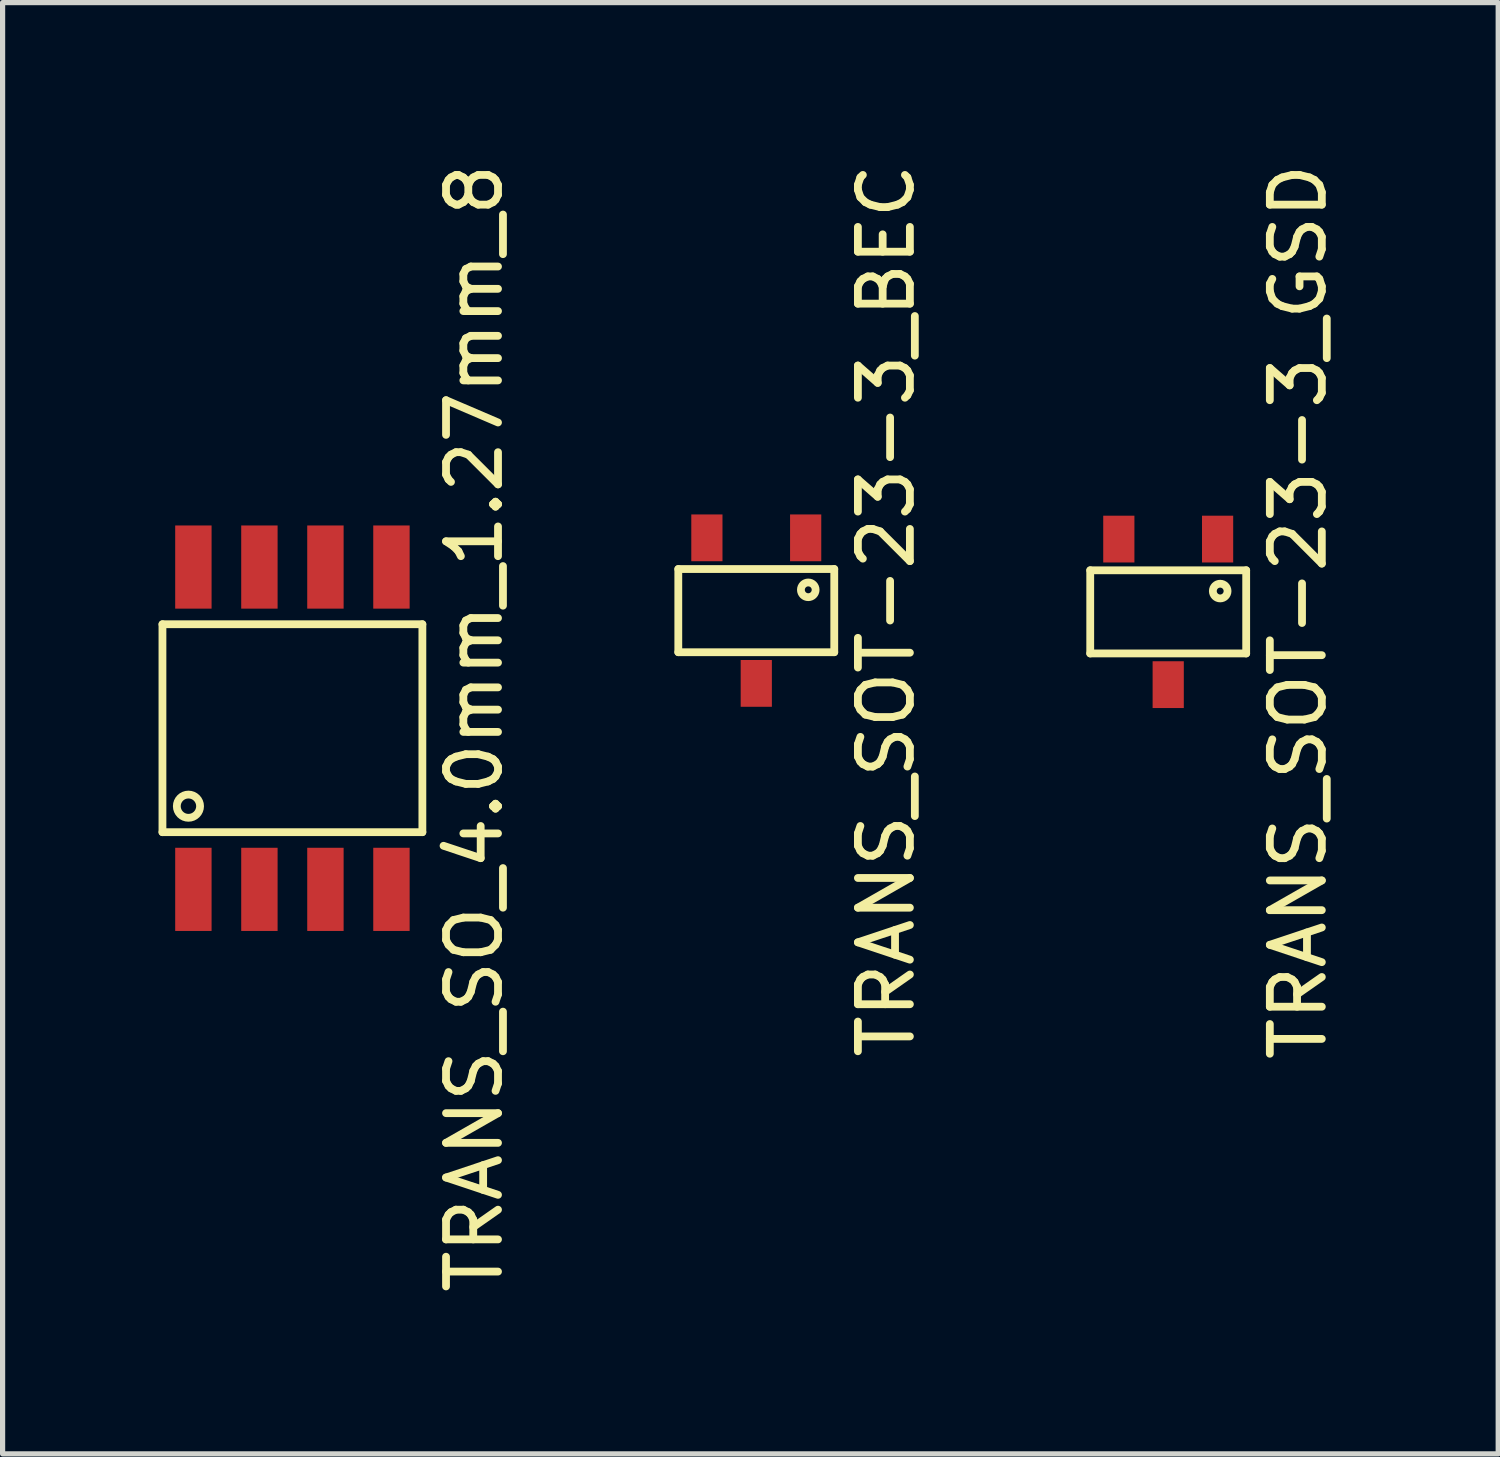
<source format=kicad_pcb>
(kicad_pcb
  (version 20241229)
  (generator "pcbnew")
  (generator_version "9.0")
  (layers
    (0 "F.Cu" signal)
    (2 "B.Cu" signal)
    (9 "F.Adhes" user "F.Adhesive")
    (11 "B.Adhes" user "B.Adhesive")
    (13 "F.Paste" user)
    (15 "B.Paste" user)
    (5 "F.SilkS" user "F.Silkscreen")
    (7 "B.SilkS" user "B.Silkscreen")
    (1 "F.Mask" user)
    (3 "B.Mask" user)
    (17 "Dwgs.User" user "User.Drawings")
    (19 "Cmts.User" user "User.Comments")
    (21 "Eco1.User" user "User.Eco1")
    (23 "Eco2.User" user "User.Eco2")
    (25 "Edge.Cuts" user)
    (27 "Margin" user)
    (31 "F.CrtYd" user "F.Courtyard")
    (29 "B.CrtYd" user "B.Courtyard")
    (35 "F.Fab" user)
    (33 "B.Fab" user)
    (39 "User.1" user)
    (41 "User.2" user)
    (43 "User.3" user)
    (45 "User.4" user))
  (footprint "TRANS_SOT-23-3_GSD"
    (layer "F.Cu")
    (at 19.422 8.72)
    (property "Reference" "TRANS_SOT-23-3_GSD" (at 2.5 0 90) (layer "F.SilkS") (effects (font (size 1 1) (thickness 0.15))))
    (attr through_hole)
    (fp_line (start -1.5 -0.8) (end -1.5 0.8) (stroke (width 0.15) (type solid)) (layer "F.SilkS"))
    (fp_line (start -1.5 0.8) (end 1.5 0.8) (stroke (width 0.15) (type solid)) (layer "F.SilkS"))
    (fp_line (start 1.5 -0.8) (end -1.5 -0.8) (stroke (width 0.15) (type solid)) (layer "F.SilkS"))
    (fp_line (start 1.5 0.8) (end 1.5 -0.8) (stroke (width 0.15) (type solid)) (layer "F.SilkS"))
    (fp_circle (center 1 -0.4) (end 1.1 -0.5) (stroke (width 0.15) (type solid)) (fill no) (layer "F.SilkS"))
    (pad "D" smd rect (at 0 1.4) (size 0.6 0.9) (layers "F.Cu" "F.Mask" "F.Paste"))
    (pad "G" smd rect (at 0.95 -1.4) (size 0.6 0.9) (layers "F.Cu" "F.Mask" "F.Paste"))
    (pad "S" smd rect (at -0.95 -1.4) (size 0.6 0.9) (layers "F.Cu" "F.Mask" "F.Paste")))
  (footprint "TRANS_SO_4.0mm_1.27mm_8"
    (layer "F.Cu")
    (at 2.575 10.958)
    (property "Reference" "TRANS_SO_4.0mm_1.27mm_8" (at 3.5 0 90) (layer "F.SilkS") (effects (font (size 1 1) (thickness 0.15))))
    (attr through_hole)
    (fp_line (start -2.5 -2) (end 2.5 -2) (stroke (width 0.15) (type solid)) (layer "F.SilkS"))
    (fp_line (start -2.5 2) (end -2.5 -2) (stroke (width 0.15) (type solid)) (layer "F.SilkS"))
    (fp_line (start 2.5 -2) (end 2.5 2) (stroke (width 0.15) (type solid)) (layer "F.SilkS"))
    (fp_line (start 2.5 2) (end -2.5 2) (stroke (width 0.15) (type solid)) (layer "F.SilkS"))
    (fp_circle (center -2 1.5) (end -1.9 1.3) (stroke (width 0.15) (type solid)) (fill no) (layer "F.SilkS"))
    (pad "D" smd rect (at -1.905 -3.1) (size 0.7 1.6) (layers "F.Cu" "F.Mask" "F.Paste"))
    (pad "D" smd rect (at -0.635 -3.1) (size 0.7 1.6) (layers "F.Cu" "F.Mask" "F.Paste"))
    (pad "D" smd rect (at 0.635 -3.1) (size 0.7 1.6) (layers "F.Cu" "F.Mask" "F.Paste"))
    (pad "D" smd rect (at 1.905 -3.1) (size 0.7 1.6) (layers "F.Cu" "F.Mask" "F.Paste"))
    (pad "G" smd rect (at 1.905 3.1) (size 0.7 1.6) (layers "F.Cu" "F.Mask" "F.Paste"))
    (pad "S" smd rect (at -1.905 3.1) (size 0.7 1.6) (layers "F.Cu" "F.Mask" "F.Paste"))
    (pad "S" smd rect (at -0.635 3.1) (size 0.7 1.6) (layers "F.Cu" "F.Mask" "F.Paste"))
    (pad "S" smd rect (at 0.635 3.1) (size 0.7 1.6) (layers "F.Cu" "F.Mask" "F.Paste")))
  (footprint "TRANS_SOT-23-3_BEC"
    (layer "F.Cu")
    (at 11.498 8.696)
    (property "Reference" "TRANS_SOT-23-3_BEC" (at 2.5 0 90) (layer "F.SilkS") (effects (font (size 1 1) (thickness 0.15))))
    (attr through_hole)
    (fp_line (start -1.5 -0.8) (end -1.5 0.8) (stroke (width 0.15) (type solid)) (layer "F.SilkS"))
    (fp_line (start -1.5 0.8) (end 1.5 0.8) (stroke (width 0.15) (type solid)) (layer "F.SilkS"))
    (fp_line (start 1.5 -0.8) (end -1.5 -0.8) (stroke (width 0.15) (type solid)) (layer "F.SilkS"))
    (fp_line (start 1.5 0.8) (end 1.5 -0.8) (stroke (width 0.15) (type solid)) (layer "F.SilkS"))
    (fp_circle (center 1 -0.4) (end 1.1 -0.5) (stroke (width 0.15) (type solid)) (fill no) (layer "F.SilkS"))
    (pad "B" smd rect (at 0.95 -1.4) (size 0.6 0.9) (layers "F.Cu" "F.Mask" "F.Paste"))
    (pad "C" smd rect (at 0 1.4) (size 0.6 0.9) (layers "F.Cu" "F.Mask" "F.Paste"))
    (pad "E" smd rect (at -0.95 -1.4) (size 0.6 0.9) (layers "F.Cu" "F.Mask" "F.Paste")))
  (gr_rect
    (start -3 -3)
    (end 25.77 24.917)
    (stroke (width 0.1) (type default))
    (fill no)
    (layer "Edge.Cuts")))
</source>
